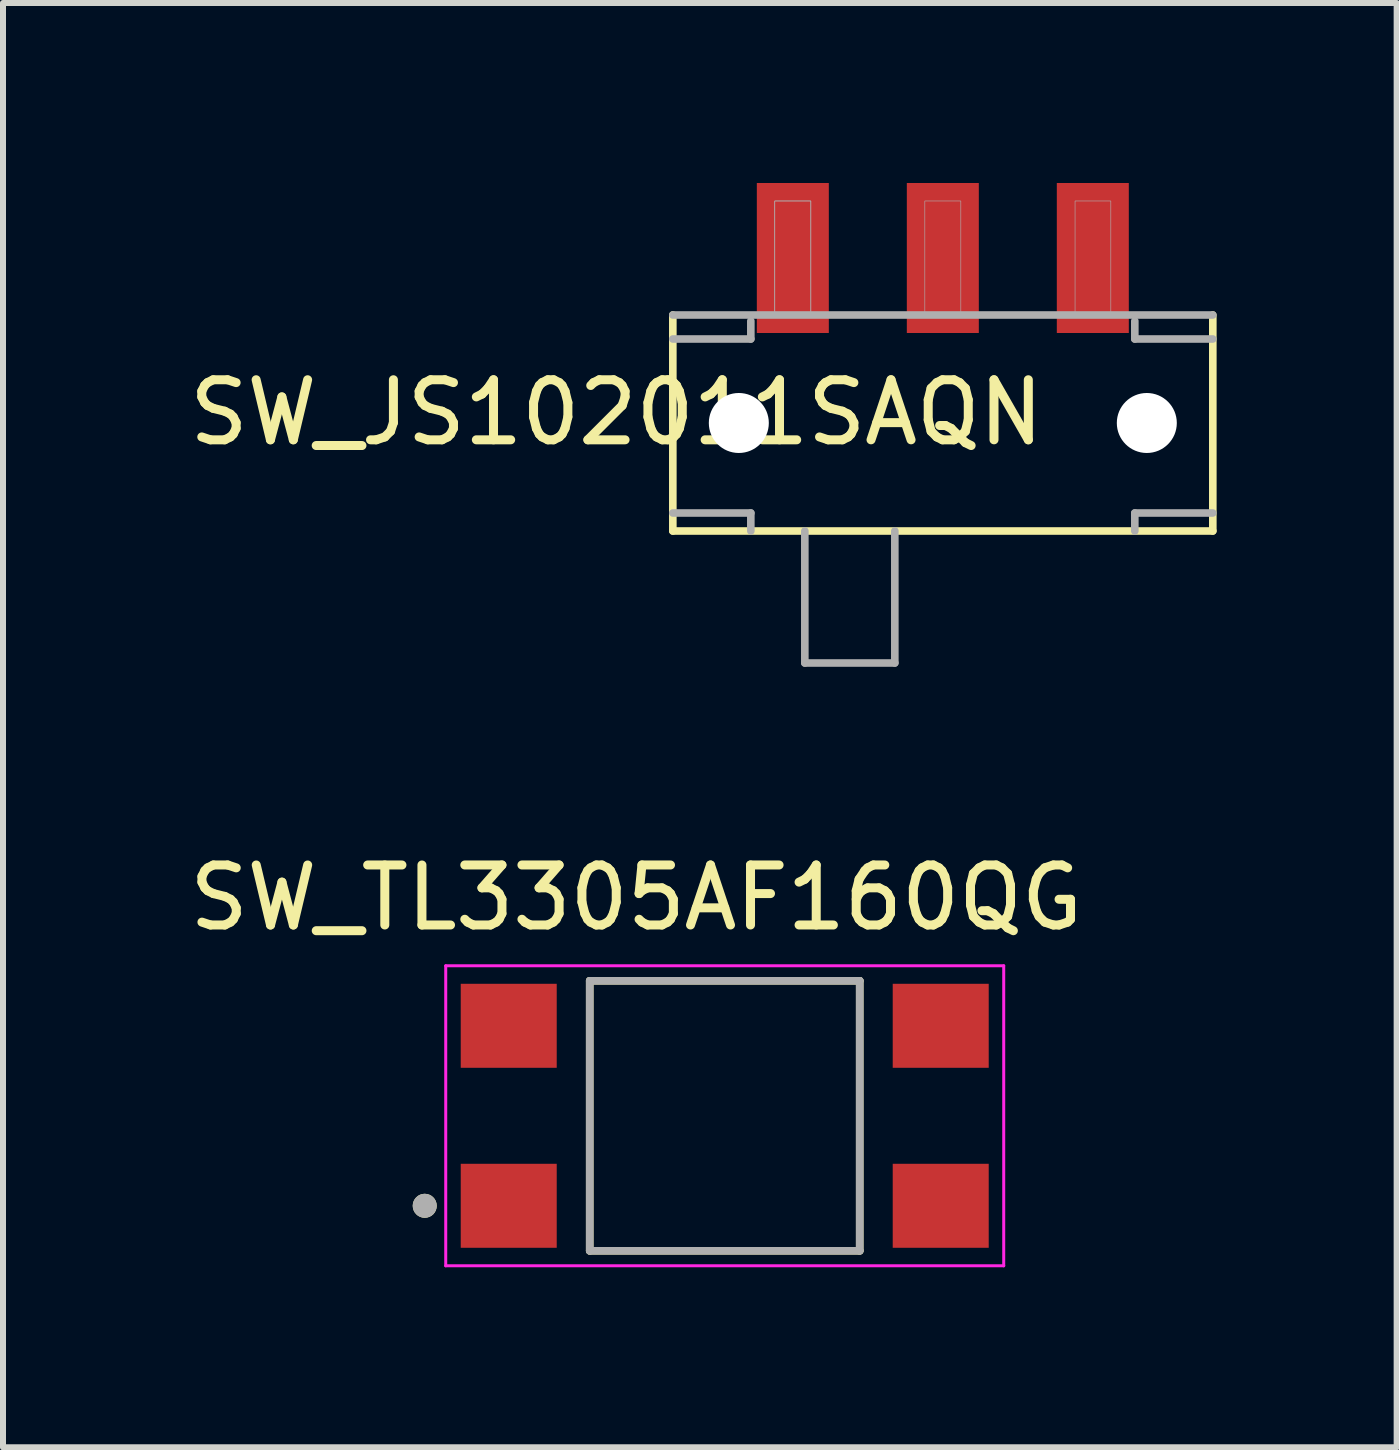
<source format=kicad_pcb>
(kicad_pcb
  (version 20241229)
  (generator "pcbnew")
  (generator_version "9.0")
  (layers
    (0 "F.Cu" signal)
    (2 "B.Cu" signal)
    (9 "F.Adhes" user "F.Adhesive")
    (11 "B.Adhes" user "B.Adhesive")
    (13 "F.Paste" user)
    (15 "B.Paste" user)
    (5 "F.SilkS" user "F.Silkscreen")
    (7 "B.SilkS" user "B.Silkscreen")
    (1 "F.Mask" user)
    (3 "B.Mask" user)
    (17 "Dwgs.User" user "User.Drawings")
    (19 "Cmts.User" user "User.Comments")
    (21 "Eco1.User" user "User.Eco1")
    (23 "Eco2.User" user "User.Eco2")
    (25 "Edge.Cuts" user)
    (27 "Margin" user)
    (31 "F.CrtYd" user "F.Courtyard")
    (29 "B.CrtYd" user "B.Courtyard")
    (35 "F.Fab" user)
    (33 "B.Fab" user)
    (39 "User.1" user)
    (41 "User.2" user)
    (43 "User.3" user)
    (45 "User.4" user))
  (footprint "SW_TL3305AF160QG"
    (layer "F.Cu")
    (at 9.029 15.547)
    (property "Reference" "SW_TL3305AF160QG" (at -1.475 -3.635 0) (layer "F.SilkS") (effects (font (size 1 1) (thickness 0.15))))
    (attr through_hole)
    (fp_line (start -2.25 -2.25) (end 2.25 -2.25) (stroke (width 0.127) (type solid)) (layer "F.SilkS"))
    (fp_line (start -2.25 2.25) (end -2.25 -2.25) (stroke (width 0.127) (type solid)) (layer "F.SilkS"))
    (fp_line (start 2.25 -2.25) (end 2.25 2.25) (stroke (width 0.127) (type solid)) (layer "F.SilkS"))
    (fp_line (start 2.25 2.25) (end -2.25 2.25) (stroke (width 0.127) (type solid)) (layer "F.SilkS"))
    (fp_circle (center -5 1.5) (end -4.9 1.5) (stroke (width 0.2) (type solid)) (fill no) (layer "F.SilkS"))
    (fp_line (start -4.65 -2.5) (end -4.65 2.5) (stroke (width 0.05) (type solid)) (layer "F.CrtYd"))
    (fp_line (start -4.65 2.5) (end 4.65 2.5) (stroke (width 0.05) (type solid)) (layer "F.CrtYd"))
    (fp_line (start 4.65 -2.5) (end -4.65 -2.5) (stroke (width 0.05) (type solid)) (layer "F.CrtYd"))
    (fp_line (start 4.65 2.5) (end 4.65 -2.5) (stroke (width 0.05) (type solid)) (layer "F.CrtYd"))
    (fp_line (start -2.25 -2.25) (end 2.25 -2.25) (stroke (width 0.127) (type solid)) (layer "F.Fab"))
    (fp_line (start -2.25 2.25) (end -2.25 -2.25) (stroke (width 0.127) (type solid)) (layer "F.Fab"))
    (fp_line (start 2.25 -2.25) (end 2.25 2.25) (stroke (width 0.127) (type solid)) (layer "F.Fab"))
    (fp_line (start 2.25 2.25) (end -2.25 2.25) (stroke (width 0.127) (type solid)) (layer "F.Fab"))
    (fp_circle (center -5 1.5) (end -4.9 1.5) (stroke (width 0.2) (type solid)) (fill no) (layer "F.Fab"))
    (pad "1" smd rect (at -3.6 1.5) (size 1.6 1.4) (layers "F.Cu" "F.Mask" "F.Paste"))
    (pad "2" smd rect (at 3.6 1.5) (size 1.6 1.4) (layers "F.Cu" "F.Mask" "F.Paste"))
    (pad "3" smd rect (at -3.6 -1.5) (size 1.6 1.4) (layers "F.Cu" "F.Mask" "F.Paste"))
    (pad "4" smd rect (at 3.6 -1.5) (size 1.6 1.4) (layers "F.Cu" "F.Mask" "F.Paste")))
  (footprint "SW_JS102011SAQN"
    (layer "F.Cu")
    (at 12.664 4)
    (property "Reference" "SW_JS102011SAQN" (at -5.439 -0.175 180) (layer "F.SilkS") (effects (font (size 1.001 1.001) (thickness 0.15))))
    (attr through_hole)
    (fp_line (start -4.5 -1.8) (end -4.5 1.8) (stroke (width 0.127) (type solid)) (layer "F.SilkS"))
    (fp_line (start -4.5 1.8) (end 4.5 1.8) (stroke (width 0.127) (type solid)) (layer "F.SilkS"))
    (fp_line (start 4.5 -1.8) (end 4.5 1.8) (stroke (width 0.127) (type solid)) (layer "F.SilkS"))
    (fp_line (start -4.5 -1.8) (end 4.5 -1.8) (stroke (width 0.127) (type solid)) (layer "F.Fab"))
    (fp_line (start -4.5 -1.4) (end -3.2 -1.4) (stroke (width 0.127) (type solid)) (layer "F.Fab"))
    (fp_line (start -4.5 1.5) (end -3.2 1.5) (stroke (width 0.127) (type solid)) (layer "F.Fab"))
    (fp_line (start -3.2 -1.7) (end -3.2 -1.4) (stroke (width 0.127) (type solid)) (layer "F.Fab"))
    (fp_line (start -3.2 1.5) (end -3.2 1.8) (stroke (width 0.127) (type solid)) (layer "F.Fab"))
    (fp_line (start -2.3 1.8) (end -2.3 4) (stroke (width 0.127) (type solid)) (layer "F.Fab"))
    (fp_line (start -2.3 4) (end -0.8 4) (stroke (width 0.127) (type solid)) (layer "F.Fab"))
    (fp_line (start -0.8 4) (end -0.8 1.8) (stroke (width 0.127) (type solid)) (layer "F.Fab"))
    (fp_line (start 3.2 -1.7) (end 3.2 -1.4) (stroke (width 0.127) (type solid)) (layer "F.Fab"))
    (fp_line (start 3.2 -1.4) (end 4.5 -1.4) (stroke (width 0.127) (type solid)) (layer "F.Fab"))
    (fp_line (start 3.2 1.5) (end 3.2 1.8) (stroke (width 0.127) (type solid)) (layer "F.Fab"))
    (fp_line (start 3.2 1.5) (end 4.5 1.5) (stroke (width 0.127) (type solid)) (layer "F.Fab"))
    (fp_poly (pts (xy -2.801 -3.7) (xy -2.2 -3.7) (xy -2.2 -1.801) (xy -2.801 -1.801)) (stroke (width 0.01) (type solid)) (fill no) (layer "F.Fab"))
    (fp_poly (pts (xy -2.801 -3.7) (xy -2.2 -3.7) (xy -2.2 -1.801) (xy -2.801 -1.801)) (stroke (width 0.01) (type solid)) (fill no) (layer "F.Fab"))
    (fp_poly (pts (xy -0.3 -3.7) (xy 0.3 -3.7) (xy 0.3 -1.8) (xy -0.3 -1.8)) (stroke (width 0.01) (type solid)) (fill no) (layer "F.Fab"))
    (fp_poly (pts (xy 2.204 -3.7) (xy 2.8 -3.7) (xy 2.8 -1.803) (xy 2.204 -1.803)) (stroke (width 0.01) (type solid)) (fill no) (layer "F.Fab"))
    (pad "" np_thru_hole circle (at -3.4 0) (size 1 1) (drill 1) (layers "*.Cu" "*.Mask"))
    (pad "" np_thru_hole circle (at 3.4 0) (size 1 1) (drill 1) (layers "*.Cu" "*.Mask"))
    (pad "1" smd rect (at -2.5 -2.75) (size 1.2 2.5) (layers "F.Cu" "F.Mask" "F.Paste"))
    (pad "2" smd rect (at 0 -2.75) (size 1.2 2.5) (layers "F.Cu" "F.Mask" "F.Paste"))
    (pad "3" smd rect (at 2.5 -2.75) (size 1.2 2.5) (layers "F.Cu" "F.Mask" "F.Paste")))
  (gr_rect
    (start -3 -3)
    (end 20.228 21.072)
    (stroke (width 0.1) (type default))
    (fill no)
    (layer "Edge.Cuts")))
</source>
